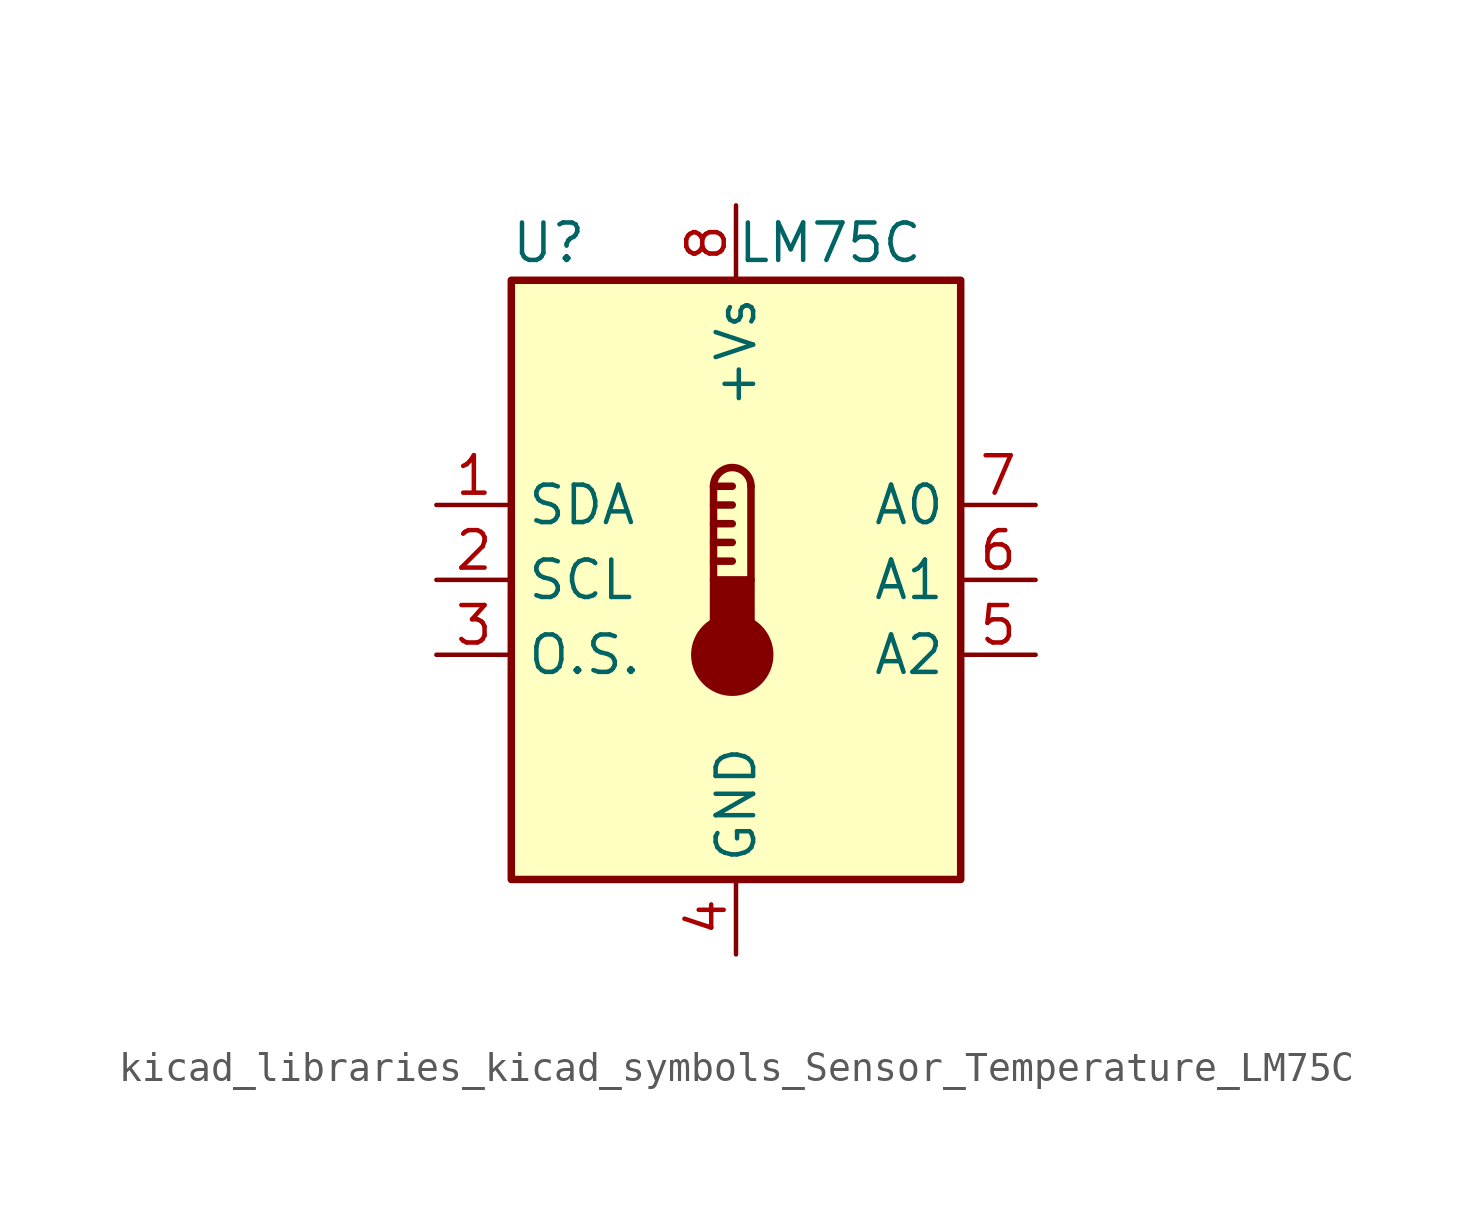
<source format=kicad_sym>
(kicad_symbol_lib
  (version 20220914)
  (generator kicad_symbol_editor)
  (symbol "kicad_libraries_kicad_symbols_Sensor_Temperature_LM75C"
    (property "Reference" "U"
      (at -6.35 11.43 0)
      (effects (font (size 1.27 1.27))))
    (property "Value" "LM75C"
      (at 0 11.43 0)
      (effects (font (size 1.27 1.27)) (justify left)))
    (symbol "kicad_libraries_kicad_symbols_Sensor_Temperature_LM75C_0_1"
      (rectangle (start -7.62 10.16) (end 7.62 -10.16) (stroke (width 0.254) (type default)) (fill (type background)))
      (circle (center -0.127 -2.54) (radius 1.27) (stroke (width 0.254) (type default)) (fill (type outline)))
      (polyline (pts (xy -0.762 0.635) (xy -0.127 0.635)) (stroke (width 0.254) (type default)) (fill (type none)))
      (polyline (pts (xy -0.762 1.27) (xy -0.127 1.27)) (stroke (width 0.254) (type default)) (fill (type none)))
      (polyline (pts (xy -0.762 1.905) (xy -0.127 1.905)) (stroke (width 0.254) (type default)) (fill (type none)))
      (polyline (pts (xy -0.762 2.54) (xy -0.127 2.54)) (stroke (width 0.254) (type default)) (fill (type none)))
      (polyline (pts (xy -0.762 3.175) (xy -0.762 0)) (stroke (width 0.254) (type default)) (fill (type none)))
      (polyline (pts (xy -0.762 3.175) (xy -0.127 3.175)) (stroke (width 0.254) (type default)) (fill (type none)))
      (polyline (pts (xy 0.508 3.175) (xy 0.508 0)) (stroke (width 0.254) (type default)) (fill (type none)))
      (rectangle (start 0.508 -1.905) (end -0.762 0) (stroke (width 0.254) (type default)) (fill (type outline)))
      (arc (start 0.508 3.175) (mid -0.127 3.8073) (end -0.762 3.175) (stroke (width 0.254) (type default)) (fill (type none))))
    (symbol "kicad_libraries_kicad_symbols_Sensor_Temperature_LM75C_1_1"
      (pin bidirectional line (at -10.16 2.54 0) (length 2.54) (name "SDA" (effects (font (size 1.27 1.27)))) (number "1" (effects (font (size 1.27 1.27)))))
      (pin input line (at -10.16 0 0) (length 2.54) (name "SCL" (effects (font (size 1.27 1.27)))) (number "2" (effects (font (size 1.27 1.27)))))
      (pin open_collector line (at -10.16 -2.54 0) (length 2.54) (name "O.S." (effects (font (size 1.27 1.27)))) (number "3" (effects (font (size 1.27 1.27)))))
      (pin power_in line (at 0 -12.7 90) (length 2.54) (name "GND" (effects (font (size 1.27 1.27)))) (number "4" (effects (font (size 1.27 1.27)))))
      (pin input line (at 10.16 -2.54 180) (length 2.54) (name "A2" (effects (font (size 1.27 1.27)))) (number "5" (effects (font (size 1.27 1.27)))))
      (pin input line (at 10.16 0 180) (length 2.54) (name "A1" (effects (font (size 1.27 1.27)))) (number "6" (effects (font (size 1.27 1.27)))))
      (pin input line (at 10.16 2.54 180) (length 2.54) (name "A0" (effects (font (size 1.27 1.27)))) (number "7" (effects (font (size 1.27 1.27)))))
      (pin power_in line (at 0 12.7 270) (length 2.54) (name "+Vs" (effects (font (size 1.27 1.27)))) (number "8" (effects (font (size 1.27 1.27))))))))
</source>
